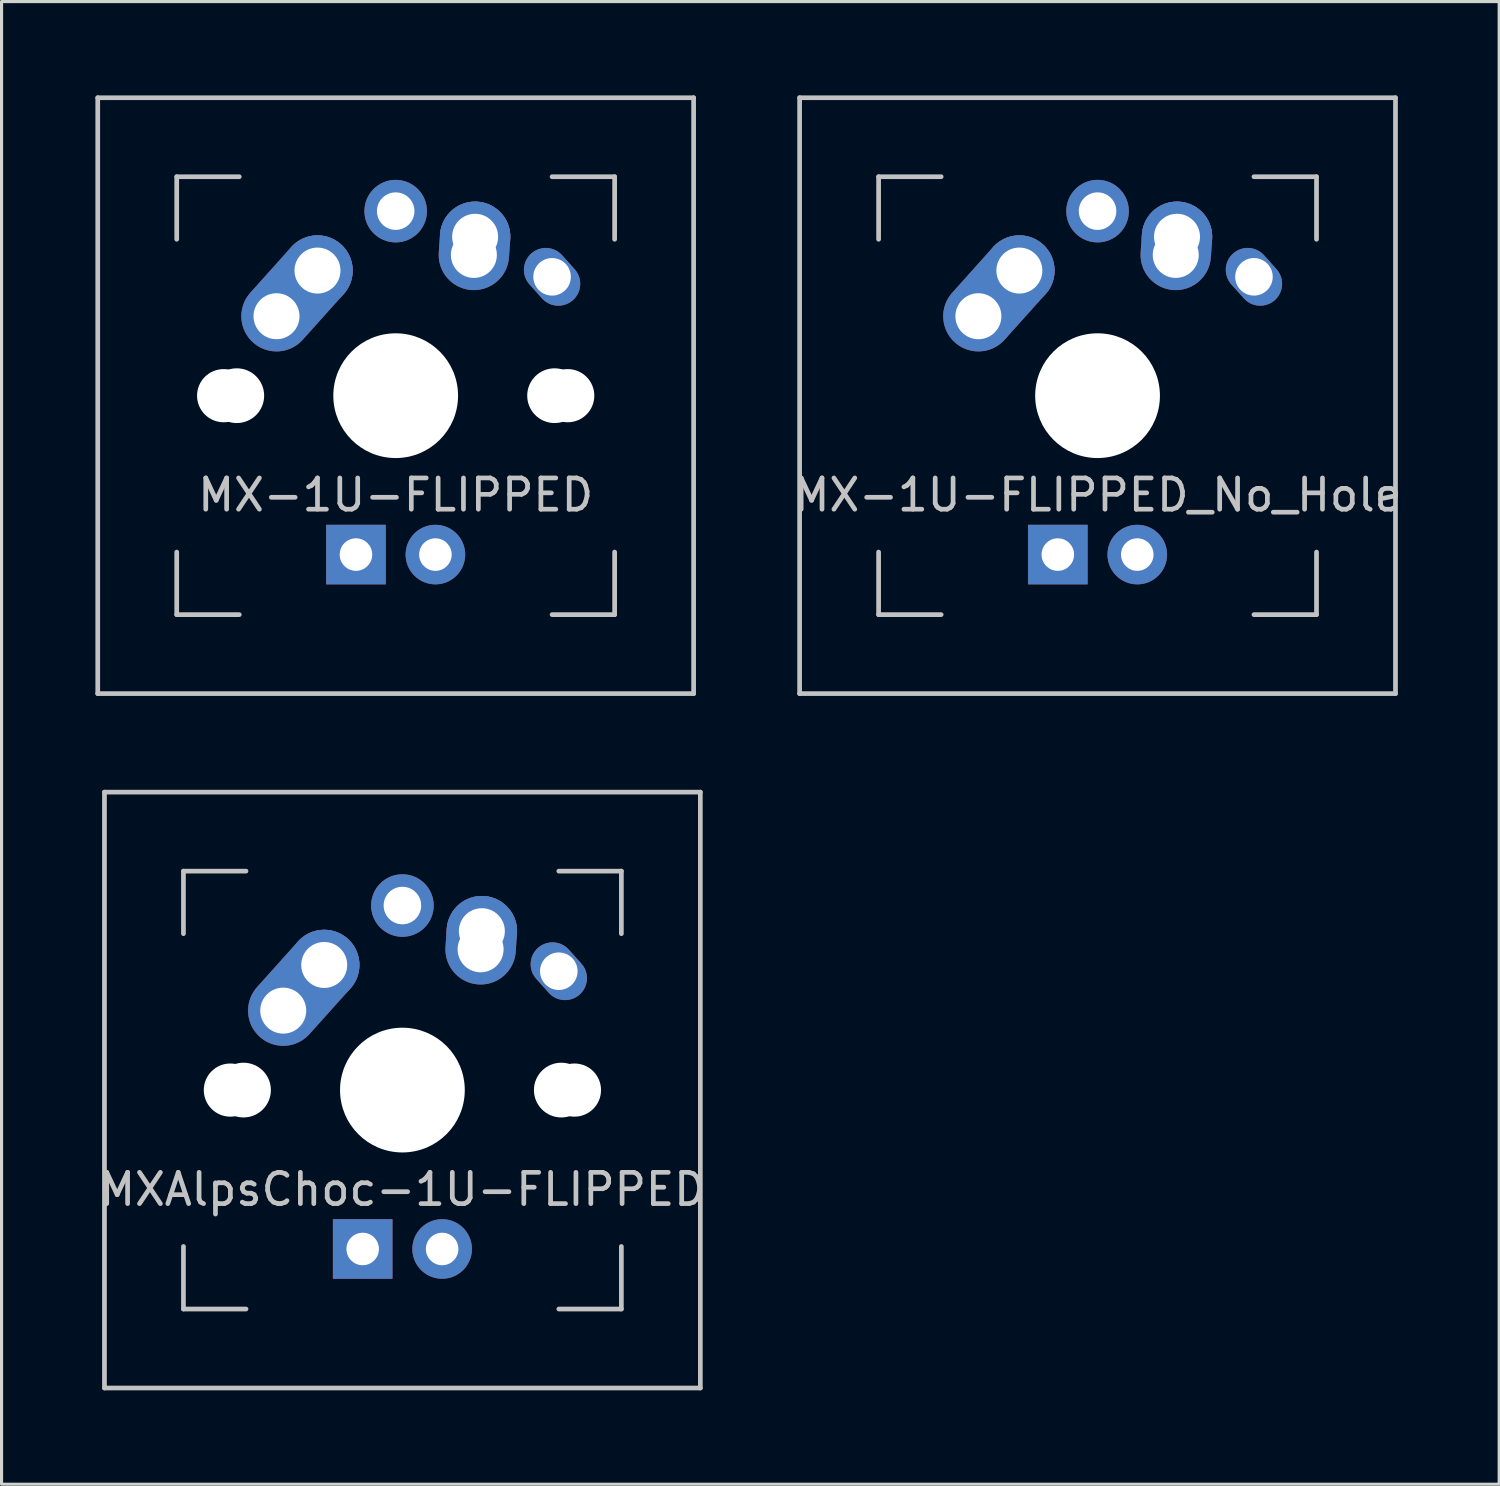
<source format=kicad_pcb>
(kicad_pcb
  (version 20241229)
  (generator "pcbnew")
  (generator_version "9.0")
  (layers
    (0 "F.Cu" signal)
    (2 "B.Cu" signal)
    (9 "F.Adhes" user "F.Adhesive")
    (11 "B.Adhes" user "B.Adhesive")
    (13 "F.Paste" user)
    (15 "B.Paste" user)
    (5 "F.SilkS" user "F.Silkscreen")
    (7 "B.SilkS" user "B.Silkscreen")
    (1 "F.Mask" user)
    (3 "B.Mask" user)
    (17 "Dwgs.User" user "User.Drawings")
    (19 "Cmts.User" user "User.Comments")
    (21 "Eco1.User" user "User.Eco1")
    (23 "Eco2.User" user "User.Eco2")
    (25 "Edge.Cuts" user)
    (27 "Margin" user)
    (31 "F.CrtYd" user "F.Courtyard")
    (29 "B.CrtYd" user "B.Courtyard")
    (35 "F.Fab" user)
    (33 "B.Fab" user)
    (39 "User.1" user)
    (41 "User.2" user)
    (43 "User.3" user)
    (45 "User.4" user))
  (footprint "MXAlpsChoc-1U-FLIPPED"
    (layer "F.Cu")
    (at 9.815 31.8)
    (property "Reference" "MXAlpsChoc-1U-FLIPPED" (at 0 3.175 0) (layer "Dwgs.User") (effects (font (size 1 1) (thickness 0.15))))
    (attr through_hole)
    (fp_line (start -9.525 -9.525) (end 9.525 -9.525) (stroke (width 0.15) (type solid)) (layer "Dwgs.User"))
    (fp_line (start -9.525 9.525) (end -9.525 -9.525) (stroke (width 0.15) (type solid)) (layer "Dwgs.User"))
    (fp_line (start -7 -7) (end -7 -5) (stroke (width 0.15) (type solid)) (layer "Dwgs.User"))
    (fp_line (start -7 5) (end -7 7) (stroke (width 0.15) (type solid)) (layer "Dwgs.User"))
    (fp_line (start -7 7) (end -5 7) (stroke (width 0.15) (type solid)) (layer "Dwgs.User"))
    (fp_line (start -5 -7) (end -7 -7) (stroke (width 0.15) (type solid)) (layer "Dwgs.User"))
    (fp_line (start 5 -7) (end 7 -7) (stroke (width 0.15) (type solid)) (layer "Dwgs.User"))
    (fp_line (start 5 7) (end 7 7) (stroke (width 0.15) (type solid)) (layer "Dwgs.User"))
    (fp_line (start 7 -7) (end 7 -5) (stroke (width 0.15) (type solid)) (layer "Dwgs.User"))
    (fp_line (start 7 7) (end 7 5) (stroke (width 0.15) (type solid)) (layer "Dwgs.User"))
    (fp_line (start 9.525 -9.525) (end 9.525 9.525) (stroke (width 0.15) (type solid)) (layer "Dwgs.User"))
    (fp_line (start 9.525 9.525) (end -9.525 9.525) (stroke (width 0.15) (type solid)) (layer "Dwgs.User"))
    (pad "" np_thru_hole circle (at -5.5 0) (size 1.7 1.7) (drill 1.7) (layers "*.Cu"))
    (pad "" np_thru_hole circle (at -5.08 0 48.1) (size 1.75 1.75) (drill 1.75) (layers "*.Cu" "*.Mask"))
    (pad "" np_thru_hole circle (at 0 0) (size 3.988 3.988) (drill 3.988) (layers "*.Cu" "*.Mask"))
    (pad "" np_thru_hole circle (at 5.08 0 48.1) (size 1.75 1.75) (drill 1.75) (layers "*.Cu" "*.Mask"))
    (pad "" np_thru_hole circle (at 5.5 0) (size 1.7 1.7) (drill 1.7) (layers "*.Cu"))
    (pad "1" thru_hole oval (at -3.81 -2.54 48.1) (size 4.212 2.25) (drill 1.47 (offset 0.981 0)) (layers "*.Cu" "B.Mask"))
    (pad "1" thru_hole circle (at -2.5 -4) (size 2.25 2.25) (drill 1.47) (layers "*.Cu" "B.Mask"))
    (pad "1" thru_hole oval (at 5 -3.8 221.9) (size 1.4 2) (drill 1.2) (layers "*.Cu" "*.Mask"))
    (pad "2" thru_hole circle (at 0 -5.9) (size 2 2) (drill 1.2) (layers "*.Cu" "*.Mask"))
    (pad "2" thru_hole oval (at 2.5 -4.5 86.055) (size 2.831 2.25) (drill 1.47 (offset 0.291 0)) (layers "*.Cu" "B.Mask"))
    (pad "2" thru_hole circle (at 2.54 -5.08) (size 2.25 2.25) (drill 1.47) (layers "*.Cu" "B.Mask"))
    (pad "3" thru_hole circle (at 1.27 5.08) (size 1.905 1.905) (drill 1.04) (layers "*.Cu" "B.Mask"))
    (pad "4" thru_hole rect (at -1.27 5.08) (size 1.905 1.905) (drill 1.04) (layers "*.Cu" "B.Mask")))
  (footprint "MX-1U-FLIPPED"
    (layer "F.Cu")
    (at 9.6 9.6)
    (property "Reference" "MX-1U-FLIPPED" (at 0 3.175 0) (layer "Dwgs.User") (effects (font (size 1 1) (thickness 0.15))))
    (attr through_hole)
    (fp_line (start -9.525 -9.525) (end 9.525 -9.525) (stroke (width 0.15) (type solid)) (layer "Dwgs.User"))
    (fp_line (start -9.525 9.525) (end -9.525 -9.525) (stroke (width 0.15) (type solid)) (layer "Dwgs.User"))
    (fp_line (start -7 -7) (end -7 -5) (stroke (width 0.15) (type solid)) (layer "Dwgs.User"))
    (fp_line (start -7 5) (end -7 7) (stroke (width 0.15) (type solid)) (layer "Dwgs.User"))
    (fp_line (start -7 7) (end -5 7) (stroke (width 0.15) (type solid)) (layer "Dwgs.User"))
    (fp_line (start -5 -7) (end -7 -7) (stroke (width 0.15) (type solid)) (layer "Dwgs.User"))
    (fp_line (start 5 -7) (end 7 -7) (stroke (width 0.15) (type solid)) (layer "Dwgs.User"))
    (fp_line (start 5 7) (end 7 7) (stroke (width 0.15) (type solid)) (layer "Dwgs.User"))
    (fp_line (start 7 -7) (end 7 -5) (stroke (width 0.15) (type solid)) (layer "Dwgs.User"))
    (fp_line (start 7 7) (end 7 5) (stroke (width 0.15) (type solid)) (layer "Dwgs.User"))
    (fp_line (start 9.525 -9.525) (end 9.525 9.525) (stroke (width 0.15) (type solid)) (layer "Dwgs.User"))
    (fp_line (start 9.525 9.525) (end -9.525 9.525) (stroke (width 0.15) (type solid)) (layer "Dwgs.User"))
    (pad "" np_thru_hole circle (at -5.5 0) (size 1.7 1.7) (drill 1.7) (layers "*.Cu"))
    (pad "" np_thru_hole circle (at -5.08 0 48.1) (size 1.75 1.75) (drill 1.75) (layers "*.Cu" "*.Mask"))
    (pad "" np_thru_hole circle (at 0 0) (size 3.988 3.988) (drill 3.988) (layers "*.Cu" "*.Mask"))
    (pad "" np_thru_hole circle (at 5.08 0 48.1) (size 1.75 1.75) (drill 1.75) (layers "*.Cu" "*.Mask"))
    (pad "" np_thru_hole circle (at 5.5 0) (size 1.7 1.7) (drill 1.7) (layers "*.Cu"))
    (pad "1" thru_hole oval (at -3.81 -2.54 48.1) (size 4.212 2.25) (drill 1.47 (offset 0.981 0)) (layers "*.Cu" "B.Mask"))
    (pad "1" thru_hole circle (at -2.5 -4) (size 2.25 2.25) (drill 1.47) (layers "*.Cu" "B.Mask"))
    (pad "1" thru_hole oval (at 5 -3.8 221.9) (size 1.4 2) (drill 1.2) (layers "*.Cu" "B.Mask"))
    (pad "2" thru_hole circle (at 0 -5.9) (size 2 2) (drill 1.2) (layers "*.Cu" "B.Mask"))
    (pad "2" thru_hole oval (at 2.5 -4.5 86.055) (size 2.831 2.25) (drill 1.47 (offset 0.291 0)) (layers "*.Cu" "B.Mask"))
    (pad "2" thru_hole circle (at 2.54 -5.08) (size 2.25 2.25) (drill 1.47) (layers "*.Cu" "B.Mask"))
    (pad "3" thru_hole circle (at 1.27 5.08) (size 1.905 1.905) (drill 1.04) (layers "*.Cu" "B.Mask"))
    (pad "4" thru_hole rect (at -1.27 5.08) (size 1.905 1.905) (drill 1.04) (layers "*.Cu" "B.Mask")))
  (footprint "MX-1U-FLIPPED_No_Hole"
    (layer "F.Cu")
    (at 32.039 9.6)
    (property "Reference" "MX-1U-FLIPPED_No_Hole" (at 0 3.175 0) (layer "Dwgs.User") (effects (font (size 1 1) (thickness 0.15))))
    (attr through_hole)
    (fp_line (start -9.525 -9.525) (end 9.525 -9.525) (stroke (width 0.15) (type solid)) (layer "Dwgs.User"))
    (fp_line (start -9.525 9.525) (end -9.525 -9.525) (stroke (width 0.15) (type solid)) (layer "Dwgs.User"))
    (fp_line (start -7 -7) (end -7 -5) (stroke (width 0.15) (type solid)) (layer "Dwgs.User"))
    (fp_line (start -7 5) (end -7 7) (stroke (width 0.15) (type solid)) (layer "Dwgs.User"))
    (fp_line (start -7 7) (end -5 7) (stroke (width 0.15) (type solid)) (layer "Dwgs.User"))
    (fp_line (start -5 -7) (end -7 -7) (stroke (width 0.15) (type solid)) (layer "Dwgs.User"))
    (fp_line (start 5 -7) (end 7 -7) (stroke (width 0.15) (type solid)) (layer "Dwgs.User"))
    (fp_line (start 5 7) (end 7 7) (stroke (width 0.15) (type solid)) (layer "Dwgs.User"))
    (fp_line (start 7 -7) (end 7 -5) (stroke (width 0.15) (type solid)) (layer "Dwgs.User"))
    (fp_line (start 7 7) (end 7 5) (stroke (width 0.15) (type solid)) (layer "Dwgs.User"))
    (fp_line (start 9.525 -9.525) (end 9.525 9.525) (stroke (width 0.15) (type solid)) (layer "Dwgs.User"))
    (fp_line (start 9.525 9.525) (end -9.525 9.525) (stroke (width 0.15) (type solid)) (layer "Dwgs.User"))
    (pad "" np_thru_hole circle (at 0 0) (size 3.988 3.988) (drill 3.988) (layers "*.Cu" "*.Mask"))
    (pad "1" thru_hole oval (at -3.81 -2.54 48.1) (size 4.212 2.25) (drill 1.47 (offset 0.981 0)) (layers "*.Cu" "B.Mask"))
    (pad "1" thru_hole circle (at -2.5 -4) (size 2.25 2.25) (drill 1.47) (layers "*.Cu" "B.Mask"))
    (pad "1" thru_hole oval (at 5 -3.8 221.9) (size 1.4 2) (drill 1.2) (layers "*.Cu" "B.Mask"))
    (pad "2" thru_hole circle (at 0 -5.9) (size 2 2) (drill 1.2) (layers "*.Cu" "B.Mask"))
    (pad "2" thru_hole oval (at 2.5 -4.5 86.055) (size 2.831 2.25) (drill 1.47 (offset 0.291 0)) (layers "*.Cu" "B.Mask"))
    (pad "2" thru_hole circle (at 2.54 -5.08) (size 2.25 2.25) (drill 1.47) (layers "*.Cu" "B.Mask"))
    (pad "3" thru_hole circle (at 1.27 5.08) (size 1.905 1.905) (drill 1.04) (layers "*.Cu" "B.Mask"))
    (pad "4" thru_hole rect (at -1.27 5.08) (size 1.905 1.905) (drill 1.04) (layers "*.Cu" "B.Mask")))
  (gr_rect
    (start -3 -3)
    (end 44.879 44.4)
    (stroke (width 0.1) (type default))
    (fill no)
    (layer "Edge.Cuts")))
</source>
